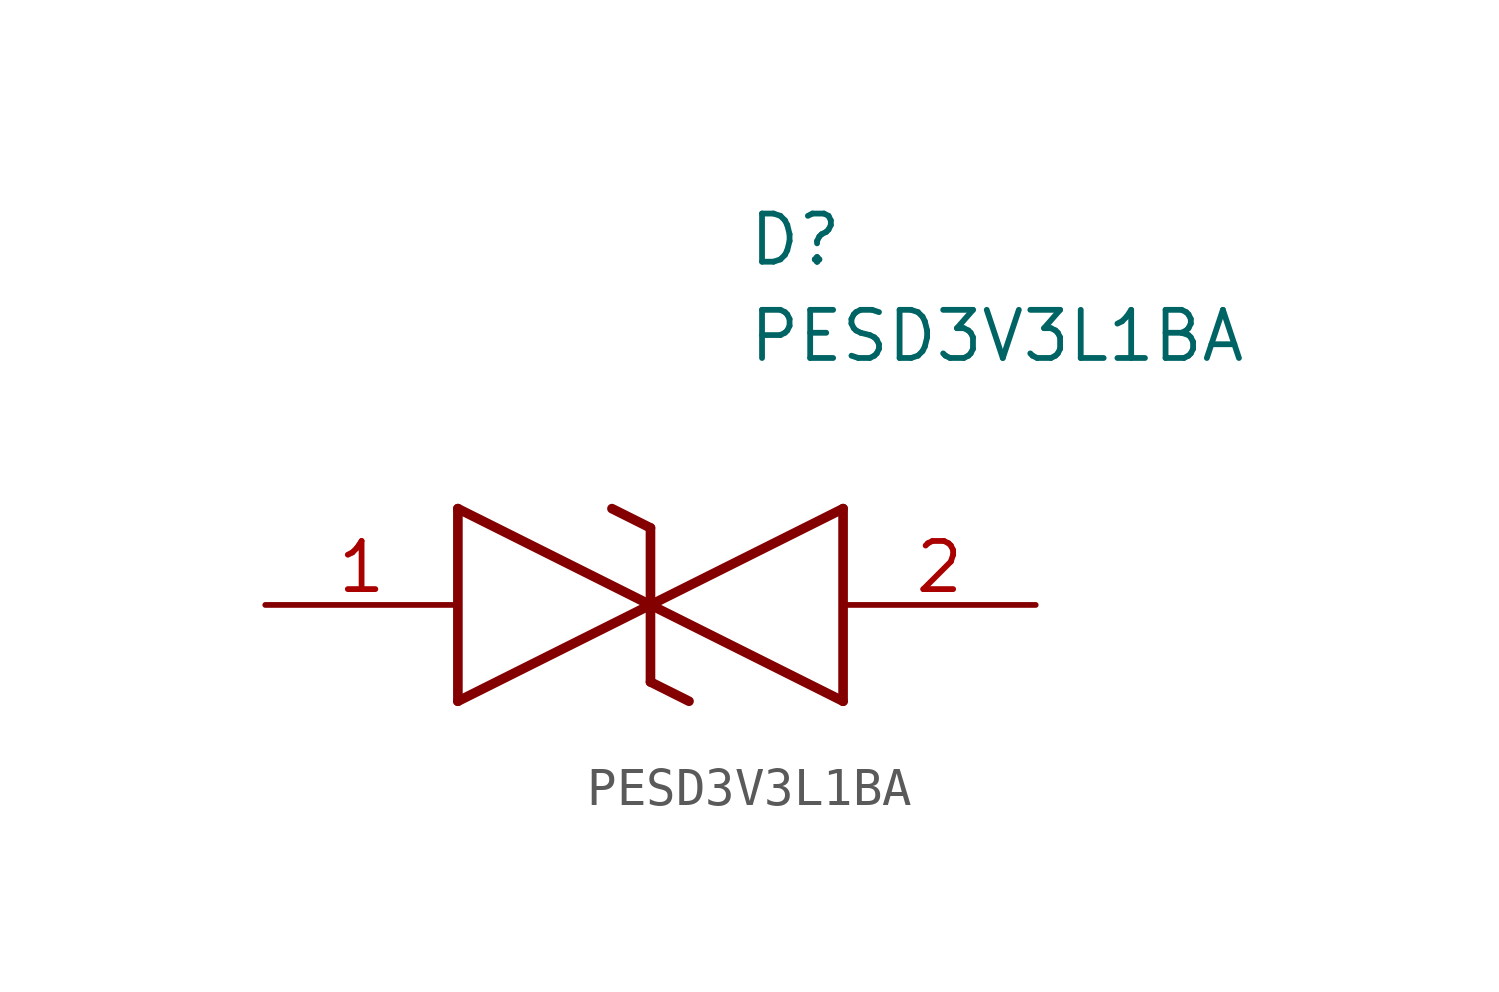
<source format=kicad_sym>
(kicad_symbol_lib
  (version 20211014)
  (generator SamacSys_ECAD_Model)
  (symbol "PESD3V3L1BA"
    (pin_names hide)
    (property "Reference" "D"
      (at 12.7 8.89 0)
      (effects (font (size 1.27 1.27)) (justify left bottom)))
    (property "Value" "PESD3V3L1BA"
      (at 12.7 6.35 0)
      (effects (font (size 1.27 1.27)) (justify left bottom)))
    (polyline
      (pts (xy 10.16 0) (xy 5.08 -2.54))
      (stroke (width 0.254) (type default))
      (fill (type none)))
    (polyline
      (pts (xy 5.08 2.54) (xy 5.08 -2.54))
      (stroke (width 0.254) (type default))
      (fill (type none)))
    (polyline
      (pts (xy 5.08 2.54) (xy 10.16 0))
      (stroke (width 0.254) (type default))
      (fill (type none)))
    (polyline
      (pts (xy 10.16 0) (xy 15.24 -2.54))
      (stroke (width 0.254) (type default))
      (fill (type none)))
    (polyline
      (pts (xy 15.24 2.54) (xy 15.24 -2.54))
      (stroke (width 0.254) (type default))
      (fill (type none)))
    (polyline
      (pts (xy 15.24 2.54) (xy 10.16 0))
      (stroke (width 0.254) (type default))
      (fill (type none)))
    (polyline
      (pts (xy 10.16 -2.032) (xy 10.16 2.032))
      (stroke (width 0.254) (type default))
      (fill (type none)))
    (polyline
      (pts (xy 9.144 2.54) (xy 10.16 2.032))
      (stroke (width 0.254) (type default))
      (fill (type none)))
    (polyline
      (pts (xy 10.16 -2.032) (xy 11.176 -2.54))
      (stroke (width 0.254) (type default))
      (fill (type none)))
    (pin passive line
      (at 0 0 0)
      (length 5.08)
      (name "1" (effects (font (size 1.27 1.27))))
      (number "1" (effects (font (size 1.27 1.27)))))
    (pin passive line
      (at 20.32 0 180)
      (length 5.08)
      (name "2" (effects (font (size 1.27 1.27))))
      (number "2" (effects (font (size 1.27 1.27)))))))
</source>
